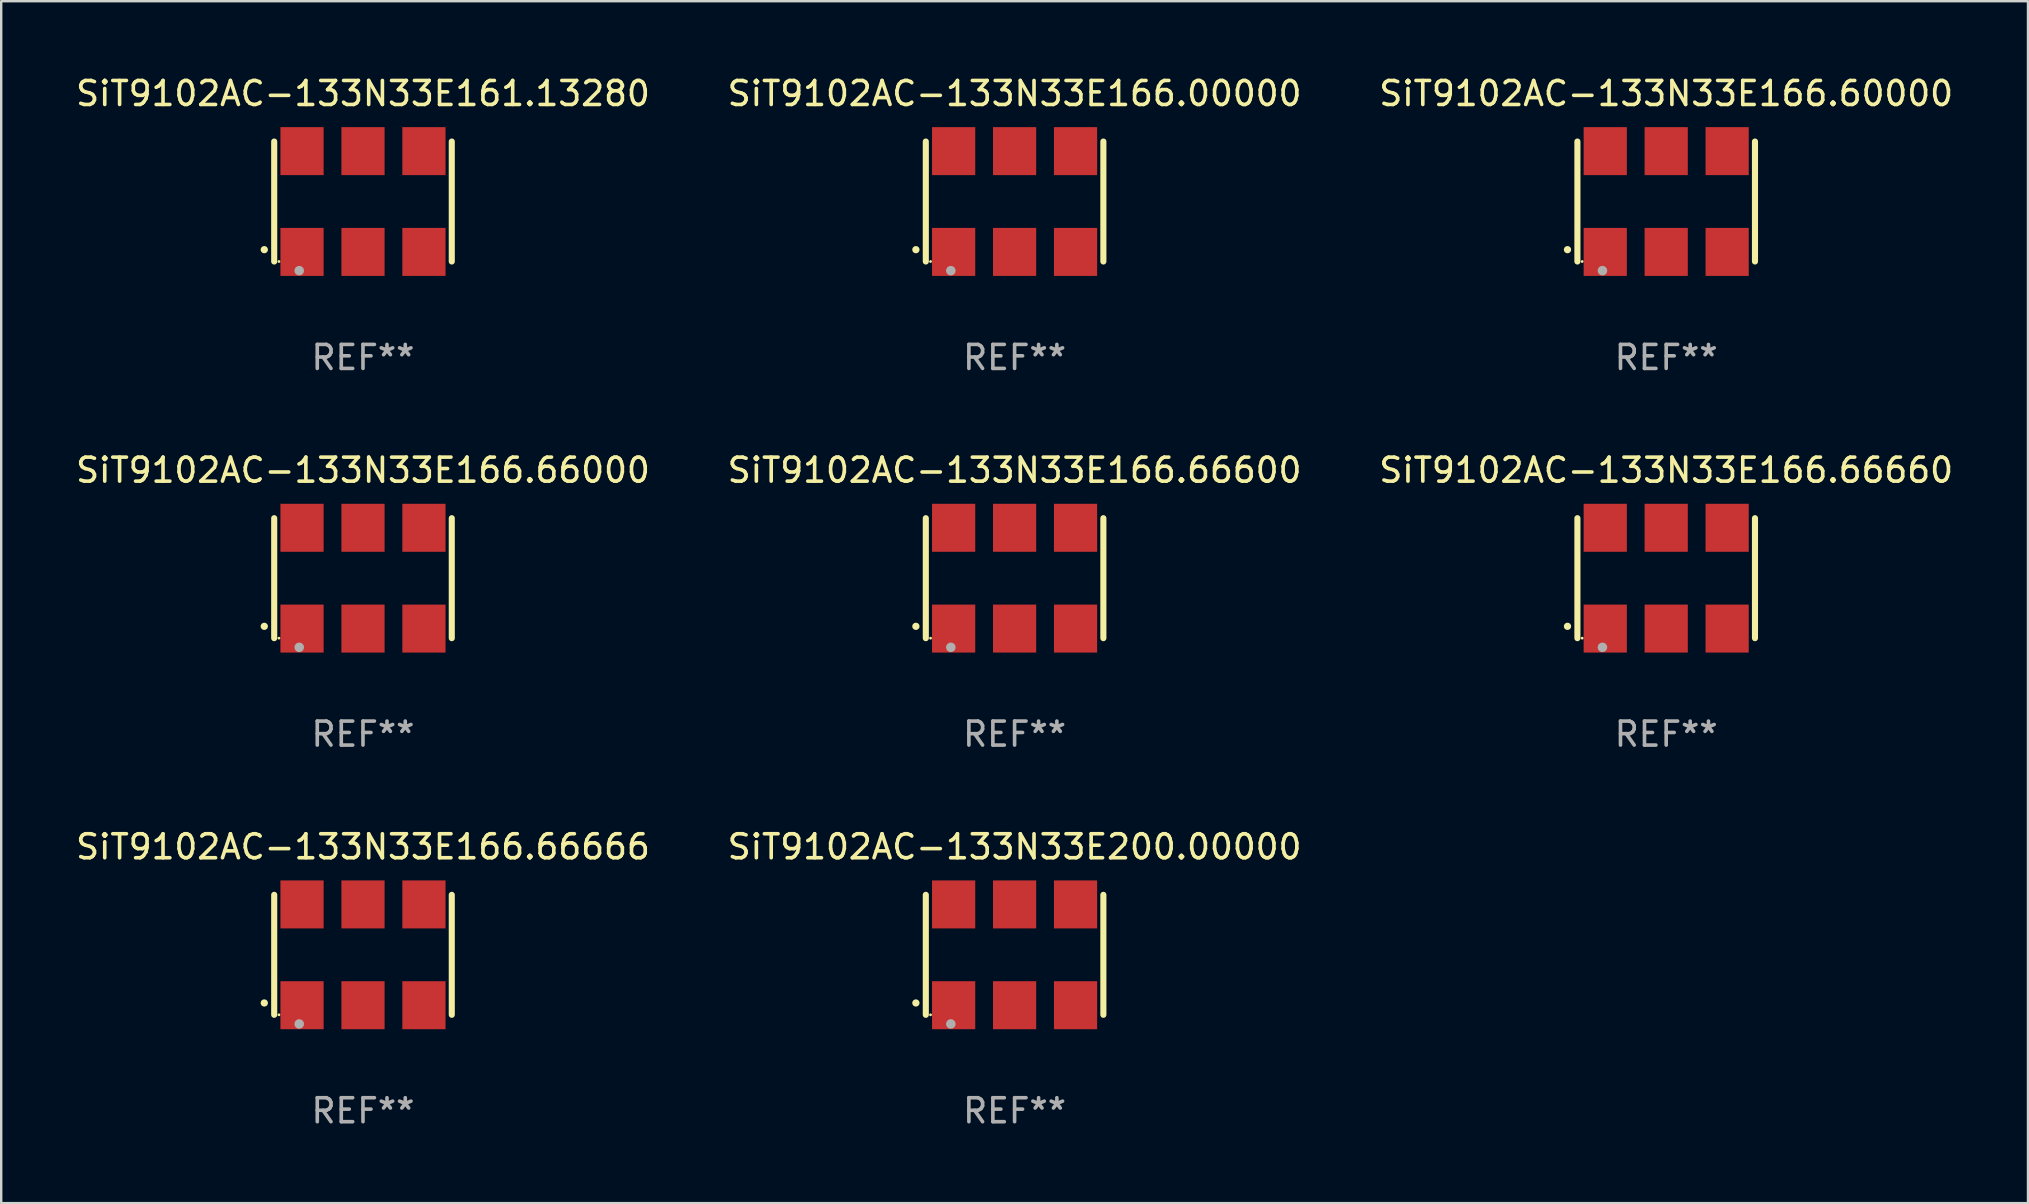
<source format=kicad_pcb>
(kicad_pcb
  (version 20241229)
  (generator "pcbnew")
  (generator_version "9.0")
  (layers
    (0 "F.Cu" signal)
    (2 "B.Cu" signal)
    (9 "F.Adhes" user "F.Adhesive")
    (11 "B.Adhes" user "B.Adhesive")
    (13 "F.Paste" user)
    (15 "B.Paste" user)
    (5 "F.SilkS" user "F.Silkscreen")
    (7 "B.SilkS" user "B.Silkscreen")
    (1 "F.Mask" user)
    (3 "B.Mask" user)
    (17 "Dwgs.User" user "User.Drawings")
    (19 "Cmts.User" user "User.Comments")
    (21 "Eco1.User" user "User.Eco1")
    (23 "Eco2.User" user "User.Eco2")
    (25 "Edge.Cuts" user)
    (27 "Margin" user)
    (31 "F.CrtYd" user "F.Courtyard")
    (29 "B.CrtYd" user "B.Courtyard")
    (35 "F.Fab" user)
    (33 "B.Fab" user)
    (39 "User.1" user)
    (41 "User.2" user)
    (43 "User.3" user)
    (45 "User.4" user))
  (footprint "SiT9102AC-133N33E166.66660"
    (layer "F.Cu")
    (at 66.387 21.045)
    (property "Reference" "SiT9102AC-133N33E166.66660" (at 0 -4.5 0) (layer "F.SilkS") (effects (font (size 1 1) (thickness 0.15))))
    (attr through_hole)
    (fp_line (start -3.7 -2.5) (end -3.7 2.5) (stroke (width 0.254) (type solid)) (layer "F.SilkS"))
    (fp_line (start 3.7 -2.5) (end 3.7 2.5) (stroke (width 0.254) (type solid)) (layer "F.SilkS"))
    (fp_arc (start -4.114415 2.006604) (mid -4.113145 2.006599) (end -4.111875 2.006604) (stroke (width 0.3) (type solid)) (layer "F.SilkS"))
    (fp_circle (center -3.502 2.5) (end -3.472 2.5) (stroke (width 0.06) (type solid)) (fill no) (layer "F.SilkS"))
    (fp_circle (center -2.657 2.882) (end -2.557 2.882) (stroke (width 0.2) (type solid)) (fill no) (layer "F.Fab"))
    (fp_text user "REF**" (at 0 6.5 0) (layer "F.Fab") (effects (font (size 1 1) (thickness 0.15))))
    (pad "1" smd rect (at -2.54 2.1) (size 1.8 2) (layers "F.Cu" "F.Mask" "F.Paste"))
    (pad "2" smd rect (at 0.000394 2.1) (size 1.8 2) (layers "F.Cu" "F.Mask" "F.Paste"))
    (pad "3" smd rect (at 2.54 2.1) (size 1.8 2) (layers "F.Cu" "F.Mask" "F.Paste"))
    (pad "4" smd rect (at 2.54 -2.1) (size 1.8 2) (layers "F.Cu" "F.Mask" "F.Paste"))
    (pad "5" smd rect (at 0.000394 -2.1) (size 1.8 2) (layers "F.Cu" "F.Mask" "F.Paste"))
    (pad "6" smd rect (at -2.54 -2.1) (size 1.8 2) (layers "F.Cu" "F.Mask" "F.Paste")))
  (footprint "SiT9102AC-133N33E166.66000"
    (layer "F.Cu")
    (at 12.077 21.045)
    (property "Reference" "SiT9102AC-133N33E166.66000" (at 0 -4.5 0) (layer "F.SilkS") (effects (font (size 1 1) (thickness 0.15))))
    (attr through_hole)
    (fp_line (start -3.7 -2.5) (end -3.7 2.5) (stroke (width 0.254) (type solid)) (layer "F.SilkS"))
    (fp_line (start 3.7 -2.5) (end 3.7 2.5) (stroke (width 0.254) (type solid)) (layer "F.SilkS"))
    (fp_arc (start -4.114415 2.006604) (mid -4.113145 2.006599) (end -4.111875 2.006604) (stroke (width 0.3) (type solid)) (layer "F.SilkS"))
    (fp_circle (center -3.502 2.5) (end -3.472 2.5) (stroke (width 0.06) (type solid)) (fill no) (layer "F.SilkS"))
    (fp_circle (center -2.657 2.882) (end -2.557 2.882) (stroke (width 0.2) (type solid)) (fill no) (layer "F.Fab"))
    (fp_text user "REF**" (at 0 6.5 0) (layer "F.Fab") (effects (font (size 1 1) (thickness 0.15))))
    (pad "1" smd rect (at -2.54 2.1) (size 1.8 2) (layers "F.Cu" "F.Mask" "F.Paste"))
    (pad "2" smd rect (at 0.000394 2.1) (size 1.8 2) (layers "F.Cu" "F.Mask" "F.Paste"))
    (pad "3" smd rect (at 2.54 2.1) (size 1.8 2) (layers "F.Cu" "F.Mask" "F.Paste"))
    (pad "4" smd rect (at 2.54 -2.1) (size 1.8 2) (layers "F.Cu" "F.Mask" "F.Paste"))
    (pad "5" smd rect (at 0.000394 -2.1) (size 1.8 2) (layers "F.Cu" "F.Mask" "F.Paste"))
    (pad "6" smd rect (at -2.54 -2.1) (size 1.8 2) (layers "F.Cu" "F.Mask" "F.Paste")))
  (footprint "SiT9102AC-133N33E166.66666"
    (layer "F.Cu")
    (at 12.077 36.741)
    (property "Reference" "SiT9102AC-133N33E166.66666" (at 0 -4.5 0) (layer "F.SilkS") (effects (font (size 1 1) (thickness 0.15))))
    (attr through_hole)
    (fp_line (start -3.7 -2.5) (end -3.7 2.5) (stroke (width 0.254) (type solid)) (layer "F.SilkS"))
    (fp_line (start 3.7 -2.5) (end 3.7 2.5) (stroke (width 0.254) (type solid)) (layer "F.SilkS"))
    (fp_arc (start -4.114415 2.006604) (mid -4.113145 2.006599) (end -4.111875 2.006604) (stroke (width 0.3) (type solid)) (layer "F.SilkS"))
    (fp_circle (center -3.502 2.5) (end -3.472 2.5) (stroke (width 0.06) (type solid)) (fill no) (layer "F.SilkS"))
    (fp_circle (center -2.657 2.882) (end -2.557 2.882) (stroke (width 0.2) (type solid)) (fill no) (layer "F.Fab"))
    (fp_text user "REF**" (at 0 6.5 0) (layer "F.Fab") (effects (font (size 1 1) (thickness 0.15))))
    (pad "1" smd rect (at -2.54 2.1) (size 1.8 2) (layers "F.Cu" "F.Mask" "F.Paste"))
    (pad "2" smd rect (at 0.000394 2.1) (size 1.8 2) (layers "F.Cu" "F.Mask" "F.Paste"))
    (pad "3" smd rect (at 2.54 2.1) (size 1.8 2) (layers "F.Cu" "F.Mask" "F.Paste"))
    (pad "4" smd rect (at 2.54 -2.1) (size 1.8 2) (layers "F.Cu" "F.Mask" "F.Paste"))
    (pad "5" smd rect (at 0.000394 -2.1) (size 1.8 2) (layers "F.Cu" "F.Mask" "F.Paste"))
    (pad "6" smd rect (at -2.54 -2.1) (size 1.8 2) (layers "F.Cu" "F.Mask" "F.Paste")))
  (footprint "SiT9102AC-133N33E166.60000"
    (layer "F.Cu")
    (at 66.387 5.348)
    (property "Reference" "SiT9102AC-133N33E166.60000" (at 0 -4.5 0) (layer "F.SilkS") (effects (font (size 1 1) (thickness 0.15))))
    (attr through_hole)
    (fp_line (start -3.7 -2.5) (end -3.7 2.5) (stroke (width 0.254) (type solid)) (layer "F.SilkS"))
    (fp_line (start 3.7 -2.5) (end 3.7 2.5) (stroke (width 0.254) (type solid)) (layer "F.SilkS"))
    (fp_arc (start -4.114415 2.006604) (mid -4.113145 2.006599) (end -4.111875 2.006604) (stroke (width 0.3) (type solid)) (layer "F.SilkS"))
    (fp_circle (center -3.502 2.5) (end -3.472 2.5) (stroke (width 0.06) (type solid)) (fill no) (layer "F.SilkS"))
    (fp_circle (center -2.657 2.882) (end -2.557 2.882) (stroke (width 0.2) (type solid)) (fill no) (layer "F.Fab"))
    (fp_text user "REF**" (at 0 6.5 0) (layer "F.Fab") (effects (font (size 1 1) (thickness 0.15))))
    (pad "1" smd rect (at -2.54 2.1) (size 1.8 2) (layers "F.Cu" "F.Mask" "F.Paste"))
    (pad "2" smd rect (at 0.000394 2.1) (size 1.8 2) (layers "F.Cu" "F.Mask" "F.Paste"))
    (pad "3" smd rect (at 2.54 2.1) (size 1.8 2) (layers "F.Cu" "F.Mask" "F.Paste"))
    (pad "4" smd rect (at 2.54 -2.1) (size 1.8 2) (layers "F.Cu" "F.Mask" "F.Paste"))
    (pad "5" smd rect (at 0.000394 -2.1) (size 1.8 2) (layers "F.Cu" "F.Mask" "F.Paste"))
    (pad "6" smd rect (at -2.54 -2.1) (size 1.8 2) (layers "F.Cu" "F.Mask" "F.Paste")))
  (footprint "SiT9102AC-133N33E166.66600"
    (layer "F.Cu")
    (at 39.232 21.045)
    (property "Reference" "SiT9102AC-133N33E166.66600" (at 0 -4.5 0) (layer "F.SilkS") (effects (font (size 1 1) (thickness 0.15))))
    (attr through_hole)
    (fp_line (start -3.7 -2.5) (end -3.7 2.5) (stroke (width 0.254) (type solid)) (layer "F.SilkS"))
    (fp_line (start 3.7 -2.5) (end 3.7 2.5) (stroke (width 0.254) (type solid)) (layer "F.SilkS"))
    (fp_arc (start -4.114415 2.006604) (mid -4.113145 2.006599) (end -4.111875 2.006604) (stroke (width 0.3) (type solid)) (layer "F.SilkS"))
    (fp_circle (center -3.502 2.5) (end -3.472 2.5) (stroke (width 0.06) (type solid)) (fill no) (layer "F.SilkS"))
    (fp_circle (center -2.657 2.882) (end -2.557 2.882) (stroke (width 0.2) (type solid)) (fill no) (layer "F.Fab"))
    (fp_text user "REF**" (at 0 6.5 0) (layer "F.Fab") (effects (font (size 1 1) (thickness 0.15))))
    (pad "1" smd rect (at -2.54 2.1) (size 1.8 2) (layers "F.Cu" "F.Mask" "F.Paste"))
    (pad "2" smd rect (at 0.000394 2.1) (size 1.8 2) (layers "F.Cu" "F.Mask" "F.Paste"))
    (pad "3" smd rect (at 2.54 2.1) (size 1.8 2) (layers "F.Cu" "F.Mask" "F.Paste"))
    (pad "4" smd rect (at 2.54 -2.1) (size 1.8 2) (layers "F.Cu" "F.Mask" "F.Paste"))
    (pad "5" smd rect (at 0.000394 -2.1) (size 1.8 2) (layers "F.Cu" "F.Mask" "F.Paste"))
    (pad "6" smd rect (at -2.54 -2.1) (size 1.8 2) (layers "F.Cu" "F.Mask" "F.Paste")))
  (footprint "SiT9102AC-133N33E166.00000"
    (layer "F.Cu")
    (at 39.232 5.348)
    (property "Reference" "SiT9102AC-133N33E166.00000" (at 0 -4.5 0) (layer "F.SilkS") (effects (font (size 1 1) (thickness 0.15))))
    (attr through_hole)
    (fp_line (start -3.7 -2.5) (end -3.7 2.5) (stroke (width 0.254) (type solid)) (layer "F.SilkS"))
    (fp_line (start 3.7 -2.5) (end 3.7 2.5) (stroke (width 0.254) (type solid)) (layer "F.SilkS"))
    (fp_arc (start -4.114415 2.006604) (mid -4.113145 2.006599) (end -4.111875 2.006604) (stroke (width 0.3) (type solid)) (layer "F.SilkS"))
    (fp_circle (center -3.502 2.5) (end -3.472 2.5) (stroke (width 0.06) (type solid)) (fill no) (layer "F.SilkS"))
    (fp_circle (center -2.657 2.882) (end -2.557 2.882) (stroke (width 0.2) (type solid)) (fill no) (layer "F.Fab"))
    (fp_text user "REF**" (at 0 6.5 0) (layer "F.Fab") (effects (font (size 1 1) (thickness 0.15))))
    (pad "1" smd rect (at -2.54 2.1) (size 1.8 2) (layers "F.Cu" "F.Mask" "F.Paste"))
    (pad "2" smd rect (at 0.000394 2.1) (size 1.8 2) (layers "F.Cu" "F.Mask" "F.Paste"))
    (pad "3" smd rect (at 2.54 2.1) (size 1.8 2) (layers "F.Cu" "F.Mask" "F.Paste"))
    (pad "4" smd rect (at 2.54 -2.1) (size 1.8 2) (layers "F.Cu" "F.Mask" "F.Paste"))
    (pad "5" smd rect (at 0.000394 -2.1) (size 1.8 2) (layers "F.Cu" "F.Mask" "F.Paste"))
    (pad "6" smd rect (at -2.54 -2.1) (size 1.8 2) (layers "F.Cu" "F.Mask" "F.Paste")))
  (footprint "SiT9102AC-133N33E161.13280"
    (layer "F.Cu")
    (at 12.077 5.348)
    (property "Reference" "SiT9102AC-133N33E161.13280" (at 0 -4.5 0) (layer "F.SilkS") (effects (font (size 1 1) (thickness 0.15))))
    (attr through_hole)
    (fp_line (start -3.7 -2.5) (end -3.7 2.5) (stroke (width 0.254) (type solid)) (layer "F.SilkS"))
    (fp_line (start 3.7 -2.5) (end 3.7 2.5) (stroke (width 0.254) (type solid)) (layer "F.SilkS"))
    (fp_arc (start -4.114415 2.006604) (mid -4.113145 2.006599) (end -4.111875 2.006604) (stroke (width 0.3) (type solid)) (layer "F.SilkS"))
    (fp_circle (center -3.502 2.5) (end -3.472 2.5) (stroke (width 0.06) (type solid)) (fill no) (layer "F.SilkS"))
    (fp_circle (center -2.657 2.882) (end -2.557 2.882) (stroke (width 0.2) (type solid)) (fill no) (layer "F.Fab"))
    (fp_text user "REF**" (at 0 6.5 0) (layer "F.Fab") (effects (font (size 1 1) (thickness 0.15))))
    (pad "1" smd rect (at -2.54 2.1) (size 1.8 2) (layers "F.Cu" "F.Mask" "F.Paste"))
    (pad "2" smd rect (at 0.000394 2.1) (size 1.8 2) (layers "F.Cu" "F.Mask" "F.Paste"))
    (pad "3" smd rect (at 2.54 2.1) (size 1.8 2) (layers "F.Cu" "F.Mask" "F.Paste"))
    (pad "4" smd rect (at 2.54 -2.1) (size 1.8 2) (layers "F.Cu" "F.Mask" "F.Paste"))
    (pad "5" smd rect (at 0.000394 -2.1) (size 1.8 2) (layers "F.Cu" "F.Mask" "F.Paste"))
    (pad "6" smd rect (at -2.54 -2.1) (size 1.8 2) (layers "F.Cu" "F.Mask" "F.Paste")))
  (footprint "SiT9102AC-133N33E200.00000"
    (layer "F.Cu")
    (at 39.232 36.741)
    (property "Reference" "SiT9102AC-133N33E200.00000" (at 0 -4.5 0) (layer "F.SilkS") (effects (font (size 1 1) (thickness 0.15))))
    (attr through_hole)
    (fp_line (start -3.7 -2.5) (end -3.7 2.5) (stroke (width 0.254) (type solid)) (layer "F.SilkS"))
    (fp_line (start 3.7 -2.5) (end 3.7 2.5) (stroke (width 0.254) (type solid)) (layer "F.SilkS"))
    (fp_arc (start -4.114415 2.006604) (mid -4.113145 2.006599) (end -4.111875 2.006604) (stroke (width 0.3) (type solid)) (layer "F.SilkS"))
    (fp_circle (center -3.502 2.5) (end -3.472 2.5) (stroke (width 0.06) (type solid)) (fill no) (layer "F.SilkS"))
    (fp_circle (center -2.657 2.882) (end -2.557 2.882) (stroke (width 0.2) (type solid)) (fill no) (layer "F.Fab"))
    (fp_text user "REF**" (at 0 6.5 0) (layer "F.Fab") (effects (font (size 1 1) (thickness 0.15))))
    (pad "1" smd rect (at -2.54 2.1) (size 1.8 2) (layers "F.Cu" "F.Mask" "F.Paste"))
    (pad "2" smd rect (at 0.000394 2.1) (size 1.8 2) (layers "F.Cu" "F.Mask" "F.Paste"))
    (pad "3" smd rect (at 2.54 2.1) (size 1.8 2) (layers "F.Cu" "F.Mask" "F.Paste"))
    (pad "4" smd rect (at 2.54 -2.1) (size 1.8 2) (layers "F.Cu" "F.Mask" "F.Paste"))
    (pad "5" smd rect (at 0.000394 -2.1) (size 1.8 2) (layers "F.Cu" "F.Mask" "F.Paste"))
    (pad "6" smd rect (at -2.54 -2.1) (size 1.8 2) (layers "F.Cu" "F.Mask" "F.Paste")))
  (gr_rect
    (start -3 -3)
    (end 81.464 47.09)
    (stroke (width 0.1) (type default))
    (fill no)
    (layer "Edge.Cuts")))
</source>
